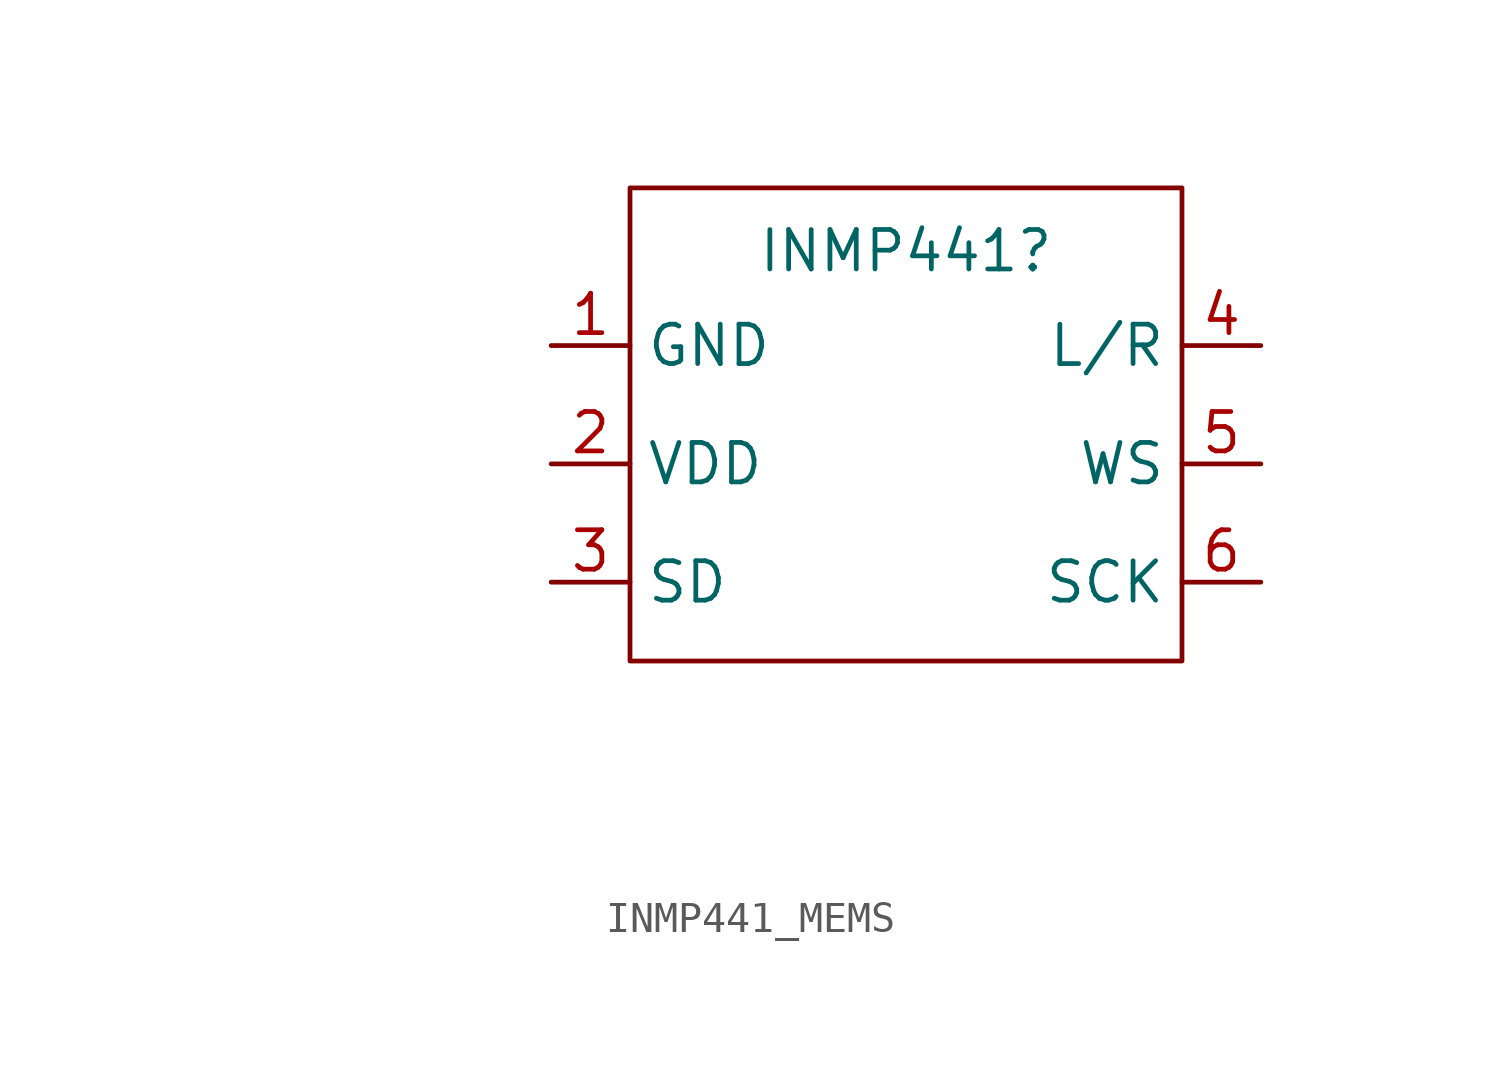
<source format=kicad_sym>
(kicad_symbol_lib
  (version 20231120)
  (generator "kicad_symbol_editor")
  (generator_version "8.0")
  (symbol "INMP441_MEMS"
    (property "Reference" "INMP441"
      (at 0 5.588 0)
      (effects (font (size 1.27 1.27))))
    (property "Value" ""
      (at -21.59 -12.7 0)
      (effects (font (size 1.27 1.27))))
    (symbol "INMP441_MEMS_0_1"
      (rectangle (start -8.89 7.62) (end 8.89 -7.62) (stroke (width 0) (type default)) (fill (type none))))
    (symbol "INMP441_MEMS_1_1"
      (pin power_in line (at -11.43 2.54 0) (length 2.54) (name "GND" (effects (font (size 1.27 1.27)))) (number "1" (effects (font (size 1.27 1.27)))))
      (pin power_in line (at -11.43 -1.27 0) (length 2.54) (name "VDD" (effects (font (size 1.27 1.27)))) (number "2" (effects (font (size 1.27 1.27)))))
      (pin bidirectional line (at -11.43 -5.08 0) (length 2.54) (name "SD" (effects (font (size 1.27 1.27)))) (number "3" (effects (font (size 1.27 1.27)))))
      (pin power_in line (at 11.43 2.54 180) (length 2.54) (name "L/R" (effects (font (size 1.27 1.27)))) (number "4" (effects (font (size 1.27 1.27)))))
      (pin bidirectional line (at 11.43 -1.27 180) (length 2.54) (name "WS" (effects (font (size 1.27 1.27)))) (number "5" (effects (font (size 1.27 1.27)))))
      (pin bidirectional line (at 11.43 -5.08 180) (length 2.54) (name "SCK" (effects (font (size 1.27 1.27)))) (number "6" (effects (font (size 1.27 1.27))))))))
</source>
